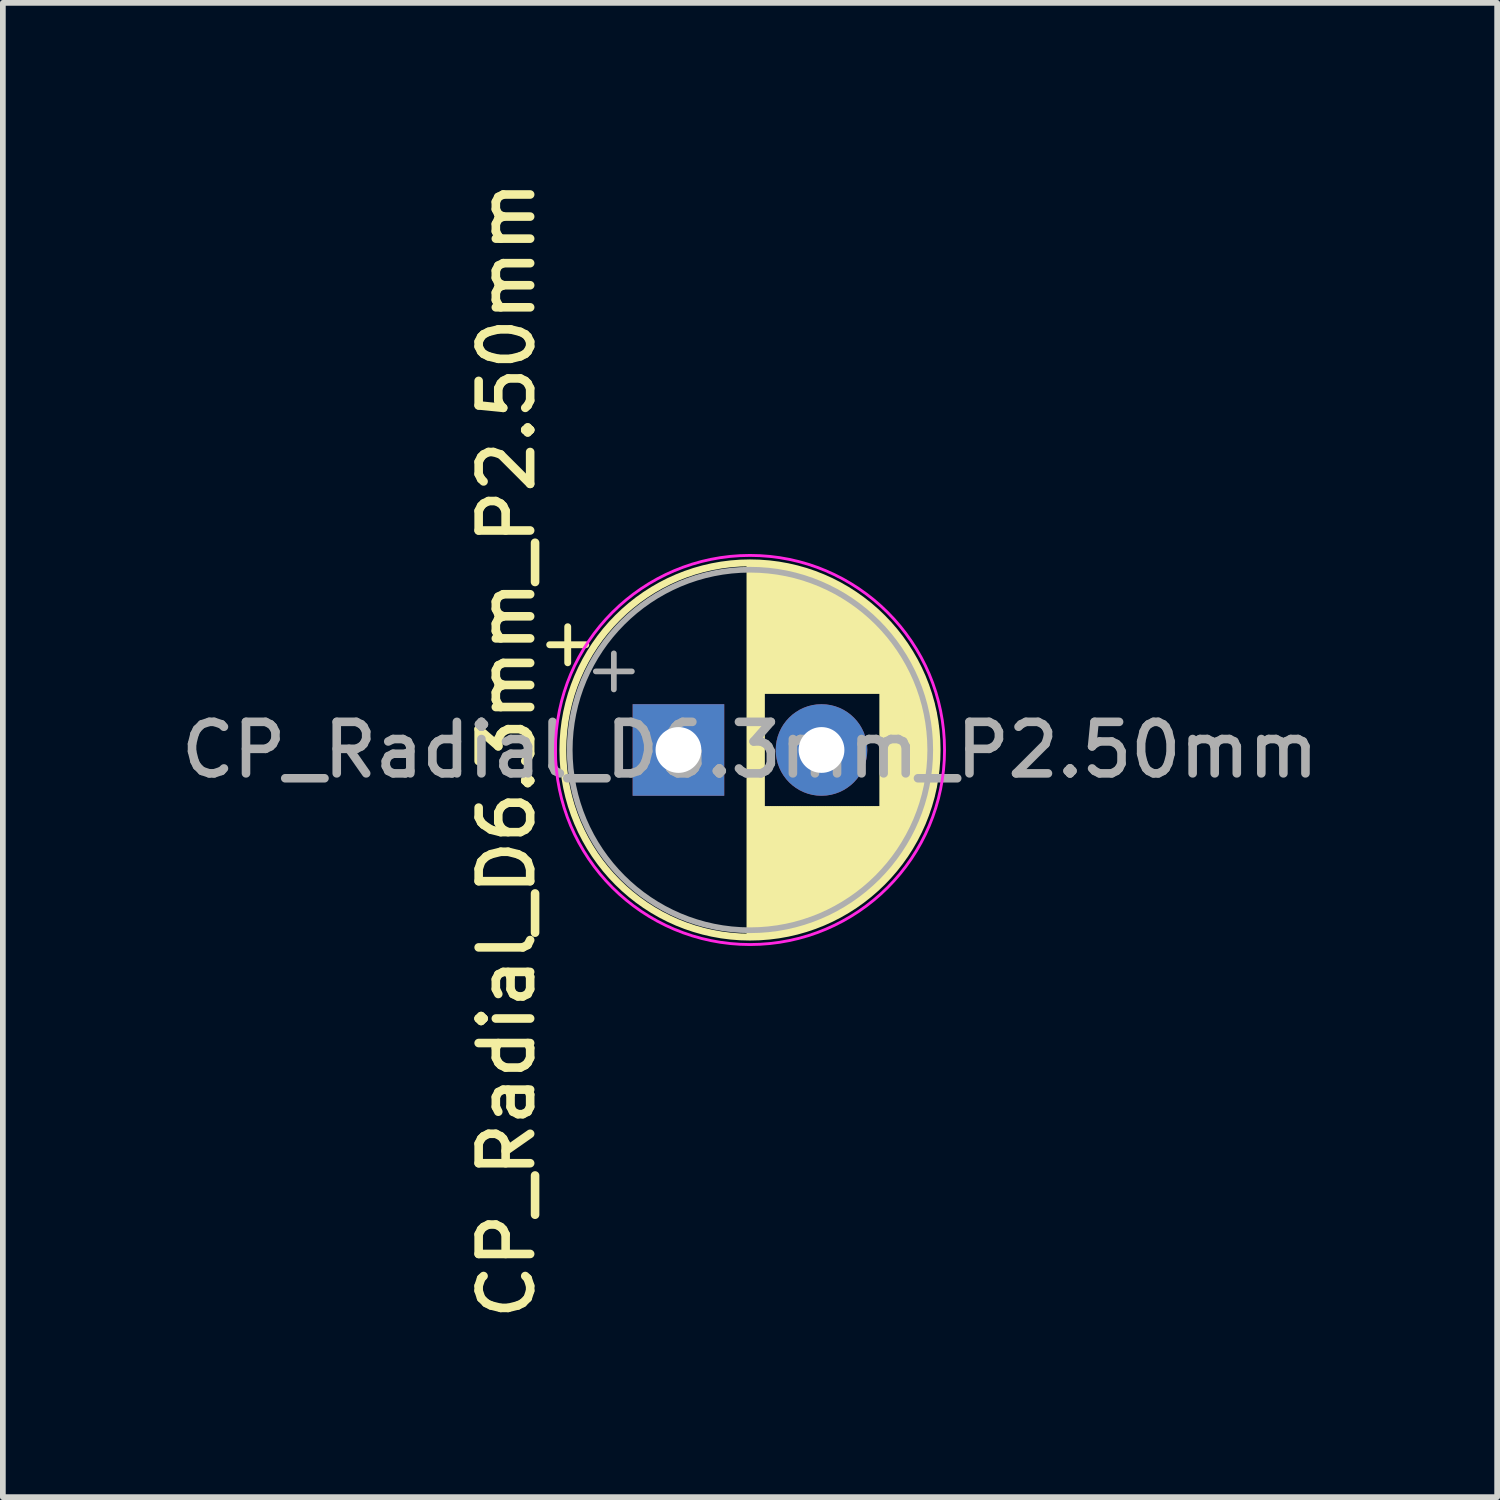
<source format=kicad_pcb>
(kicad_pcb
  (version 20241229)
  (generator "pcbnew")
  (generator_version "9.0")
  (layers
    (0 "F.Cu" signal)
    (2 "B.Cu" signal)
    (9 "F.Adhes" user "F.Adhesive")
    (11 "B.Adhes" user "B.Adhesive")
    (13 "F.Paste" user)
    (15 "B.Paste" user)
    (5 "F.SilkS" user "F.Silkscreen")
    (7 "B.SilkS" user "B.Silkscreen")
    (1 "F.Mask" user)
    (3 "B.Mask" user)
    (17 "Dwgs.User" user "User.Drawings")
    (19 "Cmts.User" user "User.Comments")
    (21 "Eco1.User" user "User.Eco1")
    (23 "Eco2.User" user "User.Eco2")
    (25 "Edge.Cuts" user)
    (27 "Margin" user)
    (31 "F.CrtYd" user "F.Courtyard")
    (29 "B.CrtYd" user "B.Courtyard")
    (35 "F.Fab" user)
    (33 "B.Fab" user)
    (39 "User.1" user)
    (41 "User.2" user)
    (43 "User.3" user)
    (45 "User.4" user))
  (footprint "CP_Radial_D6.3mm_P2.50mm"
    (layer "F.Cu")
    (at 8.806 10.056)
    (property "Reference" "CP_Radial_D6.3mm_P2.50mm" (at -3 0 90) (layer "F.SilkS") (effects (font (size 0.9 0.9) (thickness 0.15))))
    (attr through_hole)
    (fp_line (start -2.25 -1.839) (end -1.62 -1.839) (stroke (width 0.12) (type solid)) (layer "F.SilkS"))
    (fp_line (start -1.935 -2.154) (end -1.935 -1.524) (stroke (width 0.12) (type solid)) (layer "F.SilkS"))
    (fp_line (start 1.25 -3.23) (end 1.25 3.23) (stroke (width 0.12) (type solid)) (layer "F.SilkS"))
    (fp_line (start 1.29 -3.23) (end 1.29 3.23) (stroke (width 0.12) (type solid)) (layer "F.SilkS"))
    (fp_line (start 1.33 -3.23) (end 1.33 3.23) (stroke (width 0.12) (type solid)) (layer "F.SilkS"))
    (fp_line (start 1.37 -3.228) (end 1.37 3.228) (stroke (width 0.12) (type solid)) (layer "F.SilkS"))
    (fp_line (start 1.41 -3.227) (end 1.41 3.227) (stroke (width 0.12) (type solid)) (layer "F.SilkS"))
    (fp_line (start 1.45 -3.224) (end 1.45 3.224) (stroke (width 0.12) (type solid)) (layer "F.SilkS"))
    (fp_line (start 1.49 -3.222) (end 1.49 -1.04) (stroke (width 0.12) (type solid)) (layer "F.SilkS"))
    (fp_line (start 1.49 1.04) (end 1.49 3.222) (stroke (width 0.12) (type solid)) (layer "F.SilkS"))
    (fp_line (start 1.53 -3.218) (end 1.53 -1.04) (stroke (width 0.12) (type solid)) (layer "F.SilkS"))
    (fp_line (start 1.53 1.04) (end 1.53 3.218) (stroke (width 0.12) (type solid)) (layer "F.SilkS"))
    (fp_line (start 1.57 -3.215) (end 1.57 -1.04) (stroke (width 0.12) (type solid)) (layer "F.SilkS"))
    (fp_line (start 1.57 1.04) (end 1.57 3.215) (stroke (width 0.12) (type solid)) (layer "F.SilkS"))
    (fp_line (start 1.61 -3.211) (end 1.61 -1.04) (stroke (width 0.12) (type solid)) (layer "F.SilkS"))
    (fp_line (start 1.61 1.04) (end 1.61 3.211) (stroke (width 0.12) (type solid)) (layer "F.SilkS"))
    (fp_line (start 1.65 -3.206) (end 1.65 -1.04) (stroke (width 0.12) (type solid)) (layer "F.SilkS"))
    (fp_line (start 1.65 1.04) (end 1.65 3.206) (stroke (width 0.12) (type solid)) (layer "F.SilkS"))
    (fp_line (start 1.69 -3.201) (end 1.69 -1.04) (stroke (width 0.12) (type solid)) (layer "F.SilkS"))
    (fp_line (start 1.69 1.04) (end 1.69 3.201) (stroke (width 0.12) (type solid)) (layer "F.SilkS"))
    (fp_line (start 1.73 -3.195) (end 1.73 -1.04) (stroke (width 0.12) (type solid)) (layer "F.SilkS"))
    (fp_line (start 1.73 1.04) (end 1.73 3.195) (stroke (width 0.12) (type solid)) (layer "F.SilkS"))
    (fp_line (start 1.77 -3.189) (end 1.77 -1.04) (stroke (width 0.12) (type solid)) (layer "F.SilkS"))
    (fp_line (start 1.77 1.04) (end 1.77 3.189) (stroke (width 0.12) (type solid)) (layer "F.SilkS"))
    (fp_line (start 1.81 -3.182) (end 1.81 -1.04) (stroke (width 0.12) (type solid)) (layer "F.SilkS"))
    (fp_line (start 1.81 1.04) (end 1.81 3.182) (stroke (width 0.12) (type solid)) (layer "F.SilkS"))
    (fp_line (start 1.85 -3.175) (end 1.85 -1.04) (stroke (width 0.12) (type solid)) (layer "F.SilkS"))
    (fp_line (start 1.85 1.04) (end 1.85 3.175) (stroke (width 0.12) (type solid)) (layer "F.SilkS"))
    (fp_line (start 1.89 -3.167) (end 1.89 -1.04) (stroke (width 0.12) (type solid)) (layer "F.SilkS"))
    (fp_line (start 1.89 1.04) (end 1.89 3.167) (stroke (width 0.12) (type solid)) (layer "F.SilkS"))
    (fp_line (start 1.93 -3.159) (end 1.93 -1.04) (stroke (width 0.12) (type solid)) (layer "F.SilkS"))
    (fp_line (start 1.93 1.04) (end 1.93 3.159) (stroke (width 0.12) (type solid)) (layer "F.SilkS"))
    (fp_line (start 1.971 -3.15) (end 1.971 -1.04) (stroke (width 0.12) (type solid)) (layer "F.SilkS"))
    (fp_line (start 1.971 1.04) (end 1.971 3.15) (stroke (width 0.12) (type solid)) (layer "F.SilkS"))
    (fp_line (start 2.011 -3.141) (end 2.011 -1.04) (stroke (width 0.12) (type solid)) (layer "F.SilkS"))
    (fp_line (start 2.011 1.04) (end 2.011 3.141) (stroke (width 0.12) (type solid)) (layer "F.SilkS"))
    (fp_line (start 2.051 -3.131) (end 2.051 -1.04) (stroke (width 0.12) (type solid)) (layer "F.SilkS"))
    (fp_line (start 2.051 1.04) (end 2.051 3.131) (stroke (width 0.12) (type solid)) (layer "F.SilkS"))
    (fp_line (start 2.091 -3.121) (end 2.091 -1.04) (stroke (width 0.12) (type solid)) (layer "F.SilkS"))
    (fp_line (start 2.091 1.04) (end 2.091 3.121) (stroke (width 0.12) (type solid)) (layer "F.SilkS"))
    (fp_line (start 2.131 -3.11) (end 2.131 -1.04) (stroke (width 0.12) (type solid)) (layer "F.SilkS"))
    (fp_line (start 2.131 1.04) (end 2.131 3.11) (stroke (width 0.12) (type solid)) (layer "F.SilkS"))
    (fp_line (start 2.171 -3.098) (end 2.171 -1.04) (stroke (width 0.12) (type solid)) (layer "F.SilkS"))
    (fp_line (start 2.171 1.04) (end 2.171 3.098) (stroke (width 0.12) (type solid)) (layer "F.SilkS"))
    (fp_line (start 2.211 -3.086) (end 2.211 -1.04) (stroke (width 0.12) (type solid)) (layer "F.SilkS"))
    (fp_line (start 2.211 1.04) (end 2.211 3.086) (stroke (width 0.12) (type solid)) (layer "F.SilkS"))
    (fp_line (start 2.251 -3.074) (end 2.251 -1.04) (stroke (width 0.12) (type solid)) (layer "F.SilkS"))
    (fp_line (start 2.251 1.04) (end 2.251 3.074) (stroke (width 0.12) (type solid)) (layer "F.SilkS"))
    (fp_line (start 2.291 -3.061) (end 2.291 -1.04) (stroke (width 0.12) (type solid)) (layer "F.SilkS"))
    (fp_line (start 2.291 1.04) (end 2.291 3.061) (stroke (width 0.12) (type solid)) (layer "F.SilkS"))
    (fp_line (start 2.331 -3.047) (end 2.331 -1.04) (stroke (width 0.12) (type solid)) (layer "F.SilkS"))
    (fp_line (start 2.331 1.04) (end 2.331 3.047) (stroke (width 0.12) (type solid)) (layer "F.SilkS"))
    (fp_line (start 2.371 -3.033) (end 2.371 -1.04) (stroke (width 0.12) (type solid)) (layer "F.SilkS"))
    (fp_line (start 2.371 1.04) (end 2.371 3.033) (stroke (width 0.12) (type solid)) (layer "F.SilkS"))
    (fp_line (start 2.411 -3.018) (end 2.411 -1.04) (stroke (width 0.12) (type solid)) (layer "F.SilkS"))
    (fp_line (start 2.411 1.04) (end 2.411 3.018) (stroke (width 0.12) (type solid)) (layer "F.SilkS"))
    (fp_line (start 2.451 -3.002) (end 2.451 -1.04) (stroke (width 0.12) (type solid)) (layer "F.SilkS"))
    (fp_line (start 2.451 1.04) (end 2.451 3.002) (stroke (width 0.12) (type solid)) (layer "F.SilkS"))
    (fp_line (start 2.491 -2.986) (end 2.491 -1.04) (stroke (width 0.12) (type solid)) (layer "F.SilkS"))
    (fp_line (start 2.491 1.04) (end 2.491 2.986) (stroke (width 0.12) (type solid)) (layer "F.SilkS"))
    (fp_line (start 2.531 -2.97) (end 2.531 -1.04) (stroke (width 0.12) (type solid)) (layer "F.SilkS"))
    (fp_line (start 2.531 1.04) (end 2.531 2.97) (stroke (width 0.12) (type solid)) (layer "F.SilkS"))
    (fp_line (start 2.571 -2.952) (end 2.571 -1.04) (stroke (width 0.12) (type solid)) (layer "F.SilkS"))
    (fp_line (start 2.571 1.04) (end 2.571 2.952) (stroke (width 0.12) (type solid)) (layer "F.SilkS"))
    (fp_line (start 2.611 -2.934) (end 2.611 -1.04) (stroke (width 0.12) (type solid)) (layer "F.SilkS"))
    (fp_line (start 2.611 1.04) (end 2.611 2.934) (stroke (width 0.12) (type solid)) (layer "F.SilkS"))
    (fp_line (start 2.651 -2.916) (end 2.651 -1.04) (stroke (width 0.12) (type solid)) (layer "F.SilkS"))
    (fp_line (start 2.651 1.04) (end 2.651 2.916) (stroke (width 0.12) (type solid)) (layer "F.SilkS"))
    (fp_line (start 2.691 -2.896) (end 2.691 -1.04) (stroke (width 0.12) (type solid)) (layer "F.SilkS"))
    (fp_line (start 2.691 1.04) (end 2.691 2.896) (stroke (width 0.12) (type solid)) (layer "F.SilkS"))
    (fp_line (start 2.731 -2.876) (end 2.731 -1.04) (stroke (width 0.12) (type solid)) (layer "F.SilkS"))
    (fp_line (start 2.731 1.04) (end 2.731 2.876) (stroke (width 0.12) (type solid)) (layer "F.SilkS"))
    (fp_line (start 2.771 -2.856) (end 2.771 -1.04) (stroke (width 0.12) (type solid)) (layer "F.SilkS"))
    (fp_line (start 2.771 1.04) (end 2.771 2.856) (stroke (width 0.12) (type solid)) (layer "F.SilkS"))
    (fp_line (start 2.811 -2.834) (end 2.811 -1.04) (stroke (width 0.12) (type solid)) (layer "F.SilkS"))
    (fp_line (start 2.811 1.04) (end 2.811 2.834) (stroke (width 0.12) (type solid)) (layer "F.SilkS"))
    (fp_line (start 2.851 -2.812) (end 2.851 -1.04) (stroke (width 0.12) (type solid)) (layer "F.SilkS"))
    (fp_line (start 2.851 1.04) (end 2.851 2.812) (stroke (width 0.12) (type solid)) (layer "F.SilkS"))
    (fp_line (start 2.891 -2.79) (end 2.891 -1.04) (stroke (width 0.12) (type solid)) (layer "F.SilkS"))
    (fp_line (start 2.891 1.04) (end 2.891 2.79) (stroke (width 0.12) (type solid)) (layer "F.SilkS"))
    (fp_line (start 2.931 -2.766) (end 2.931 -1.04) (stroke (width 0.12) (type solid)) (layer "F.SilkS"))
    (fp_line (start 2.931 1.04) (end 2.931 2.766) (stroke (width 0.12) (type solid)) (layer "F.SilkS"))
    (fp_line (start 2.971 -2.742) (end 2.971 -1.04) (stroke (width 0.12) (type solid)) (layer "F.SilkS"))
    (fp_line (start 2.971 1.04) (end 2.971 2.742) (stroke (width 0.12) (type solid)) (layer "F.SilkS"))
    (fp_line (start 3.011 -2.716) (end 3.011 -1.04) (stroke (width 0.12) (type solid)) (layer "F.SilkS"))
    (fp_line (start 3.011 1.04) (end 3.011 2.716) (stroke (width 0.12) (type solid)) (layer "F.SilkS"))
    (fp_line (start 3.051 -2.69) (end 3.051 -1.04) (stroke (width 0.12) (type solid)) (layer "F.SilkS"))
    (fp_line (start 3.051 1.04) (end 3.051 2.69) (stroke (width 0.12) (type solid)) (layer "F.SilkS"))
    (fp_line (start 3.091 -2.664) (end 3.091 -1.04) (stroke (width 0.12) (type solid)) (layer "F.SilkS"))
    (fp_line (start 3.091 1.04) (end 3.091 2.664) (stroke (width 0.12) (type solid)) (layer "F.SilkS"))
    (fp_line (start 3.131 -2.636) (end 3.131 -1.04) (stroke (width 0.12) (type solid)) (layer "F.SilkS"))
    (fp_line (start 3.131 1.04) (end 3.131 2.636) (stroke (width 0.12) (type solid)) (layer "F.SilkS"))
    (fp_line (start 3.171 -2.607) (end 3.171 -1.04) (stroke (width 0.12) (type solid)) (layer "F.SilkS"))
    (fp_line (start 3.171 1.04) (end 3.171 2.607) (stroke (width 0.12) (type solid)) (layer "F.SilkS"))
    (fp_line (start 3.211 -2.578) (end 3.211 -1.04) (stroke (width 0.12) (type solid)) (layer "F.SilkS"))
    (fp_line (start 3.211 1.04) (end 3.211 2.578) (stroke (width 0.12) (type solid)) (layer "F.SilkS"))
    (fp_line (start 3.251 -2.548) (end 3.251 -1.04) (stroke (width 0.12) (type solid)) (layer "F.SilkS"))
    (fp_line (start 3.251 1.04) (end 3.251 2.548) (stroke (width 0.12) (type solid)) (layer "F.SilkS"))
    (fp_line (start 3.291 -2.516) (end 3.291 -1.04) (stroke (width 0.12) (type solid)) (layer "F.SilkS"))
    (fp_line (start 3.291 1.04) (end 3.291 2.516) (stroke (width 0.12) (type solid)) (layer "F.SilkS"))
    (fp_line (start 3.331 -2.484) (end 3.331 -1.04) (stroke (width 0.12) (type solid)) (layer "F.SilkS"))
    (fp_line (start 3.331 1.04) (end 3.331 2.484) (stroke (width 0.12) (type solid)) (layer "F.SilkS"))
    (fp_line (start 3.371 -2.45) (end 3.371 -1.04) (stroke (width 0.12) (type solid)) (layer "F.SilkS"))
    (fp_line (start 3.371 1.04) (end 3.371 2.45) (stroke (width 0.12) (type solid)) (layer "F.SilkS"))
    (fp_line (start 3.411 -2.416) (end 3.411 -1.04) (stroke (width 0.12) (type solid)) (layer "F.SilkS"))
    (fp_line (start 3.411 1.04) (end 3.411 2.416) (stroke (width 0.12) (type solid)) (layer "F.SilkS"))
    (fp_line (start 3.451 -2.38) (end 3.451 -1.04) (stroke (width 0.12) (type solid)) (layer "F.SilkS"))
    (fp_line (start 3.451 1.04) (end 3.451 2.38) (stroke (width 0.12) (type solid)) (layer "F.SilkS"))
    (fp_line (start 3.491 -2.343) (end 3.491 -1.04) (stroke (width 0.12) (type solid)) (layer "F.SilkS"))
    (fp_line (start 3.491 1.04) (end 3.491 2.343) (stroke (width 0.12) (type solid)) (layer "F.SilkS"))
    (fp_line (start 3.531 -2.305) (end 3.531 -1.04) (stroke (width 0.12) (type solid)) (layer "F.SilkS"))
    (fp_line (start 3.531 1.04) (end 3.531 2.305) (stroke (width 0.12) (type solid)) (layer "F.SilkS"))
    (fp_line (start 3.571 -2.265) (end 3.571 2.265) (stroke (width 0.12) (type solid)) (layer "F.SilkS"))
    (fp_line (start 3.611 -2.224) (end 3.611 2.224) (stroke (width 0.12) (type solid)) (layer "F.SilkS"))
    (fp_line (start 3.651 -2.182) (end 3.651 2.182) (stroke (width 0.12) (type solid)) (layer "F.SilkS"))
    (fp_line (start 3.691 -2.137) (end 3.691 2.137) (stroke (width 0.12) (type solid)) (layer "F.SilkS"))
    (fp_line (start 3.731 -2.092) (end 3.731 2.092) (stroke (width 0.12) (type solid)) (layer "F.SilkS"))
    (fp_line (start 3.771 -2.044) (end 3.771 2.044) (stroke (width 0.12) (type solid)) (layer "F.SilkS"))
    (fp_line (start 3.811 -1.995) (end 3.811 1.995) (stroke (width 0.12) (type solid)) (layer "F.SilkS"))
    (fp_line (start 3.851 -1.944) (end 3.851 1.944) (stroke (width 0.12) (type solid)) (layer "F.SilkS"))
    (fp_line (start 3.891 -1.89) (end 3.891 1.89) (stroke (width 0.12) (type solid)) (layer "F.SilkS"))
    (fp_line (start 3.931 -1.834) (end 3.931 1.834) (stroke (width 0.12) (type solid)) (layer "F.SilkS"))
    (fp_line (start 3.971 -1.776) (end 3.971 1.776) (stroke (width 0.12) (type solid)) (layer "F.SilkS"))
    (fp_line (start 4.011 -1.714) (end 4.011 1.714) (stroke (width 0.12) (type solid)) (layer "F.SilkS"))
    (fp_line (start 4.051 -1.65) (end 4.051 1.65) (stroke (width 0.12) (type solid)) (layer "F.SilkS"))
    (fp_line (start 4.091 -1.581) (end 4.091 1.581) (stroke (width 0.12) (type solid)) (layer "F.SilkS"))
    (fp_line (start 4.131 -1.509) (end 4.131 1.509) (stroke (width 0.12) (type solid)) (layer "F.SilkS"))
    (fp_line (start 4.171 -1.432) (end 4.171 1.432) (stroke (width 0.12) (type solid)) (layer "F.SilkS"))
    (fp_line (start 4.211 -1.35) (end 4.211 1.35) (stroke (width 0.12) (type solid)) (layer "F.SilkS"))
    (fp_line (start 4.251 -1.262) (end 4.251 1.262) (stroke (width 0.12) (type solid)) (layer "F.SilkS"))
    (fp_line (start 4.291 -1.165) (end 4.291 1.165) (stroke (width 0.12) (type solid)) (layer "F.SilkS"))
    (fp_line (start 4.331 -1.059) (end 4.331 1.059) (stroke (width 0.12) (type solid)) (layer "F.SilkS"))
    (fp_line (start 4.371 -0.94) (end 4.371 0.94) (stroke (width 0.12) (type solid)) (layer "F.SilkS"))
    (fp_line (start 4.411 -0.802) (end 4.411 0.802) (stroke (width 0.12) (type solid)) (layer "F.SilkS"))
    (fp_line (start 4.451 -0.633) (end 4.451 0.633) (stroke (width 0.12) (type solid)) (layer "F.SilkS"))
    (fp_line (start 4.491 -0.402) (end 4.491 0.402) (stroke (width 0.12) (type solid)) (layer "F.SilkS"))
    (fp_circle (center 1.25 0) (end 4.52 0) (stroke (width 0.12) (type solid)) (fill no) (layer "F.SilkS"))
    (fp_circle (center 1.25 0) (end 4.65 0) (stroke (width 0.05) (type solid)) (fill no) (layer "F.CrtYd"))
    (fp_line (start -1.444 -1.373) (end -0.814 -1.373) (stroke (width 0.1) (type solid)) (layer "F.Fab"))
    (fp_line (start -1.129 -1.688) (end -1.129 -1.058) (stroke (width 0.1) (type solid)) (layer "F.Fab"))
    (fp_circle (center 1.25 0) (end 4.4 0) (stroke (width 0.1) (type solid)) (fill no) (layer "F.Fab"))
    (fp_text user "${REFERENCE}" (at 1.25 0 180) (layer "F.Fab") (effects (font (size 0.9 0.9) (thickness 0.15))))
    (pad "1" thru_hole rect (at 0 0) (size 1.6 1.6) (drill 0.8) (layers "*.Cu" "*.Mask"))
    (pad "2" thru_hole circle (at 2.5 0) (size 1.6 1.6) (drill 0.8) (layers "*.Cu" "*.Mask")))
  (gr_rect
    (start -3 -3)
    (end 23.113 23.113)
    (stroke (width 0.1) (type default))
    (fill no)
    (layer "Edge.Cuts")))
</source>
